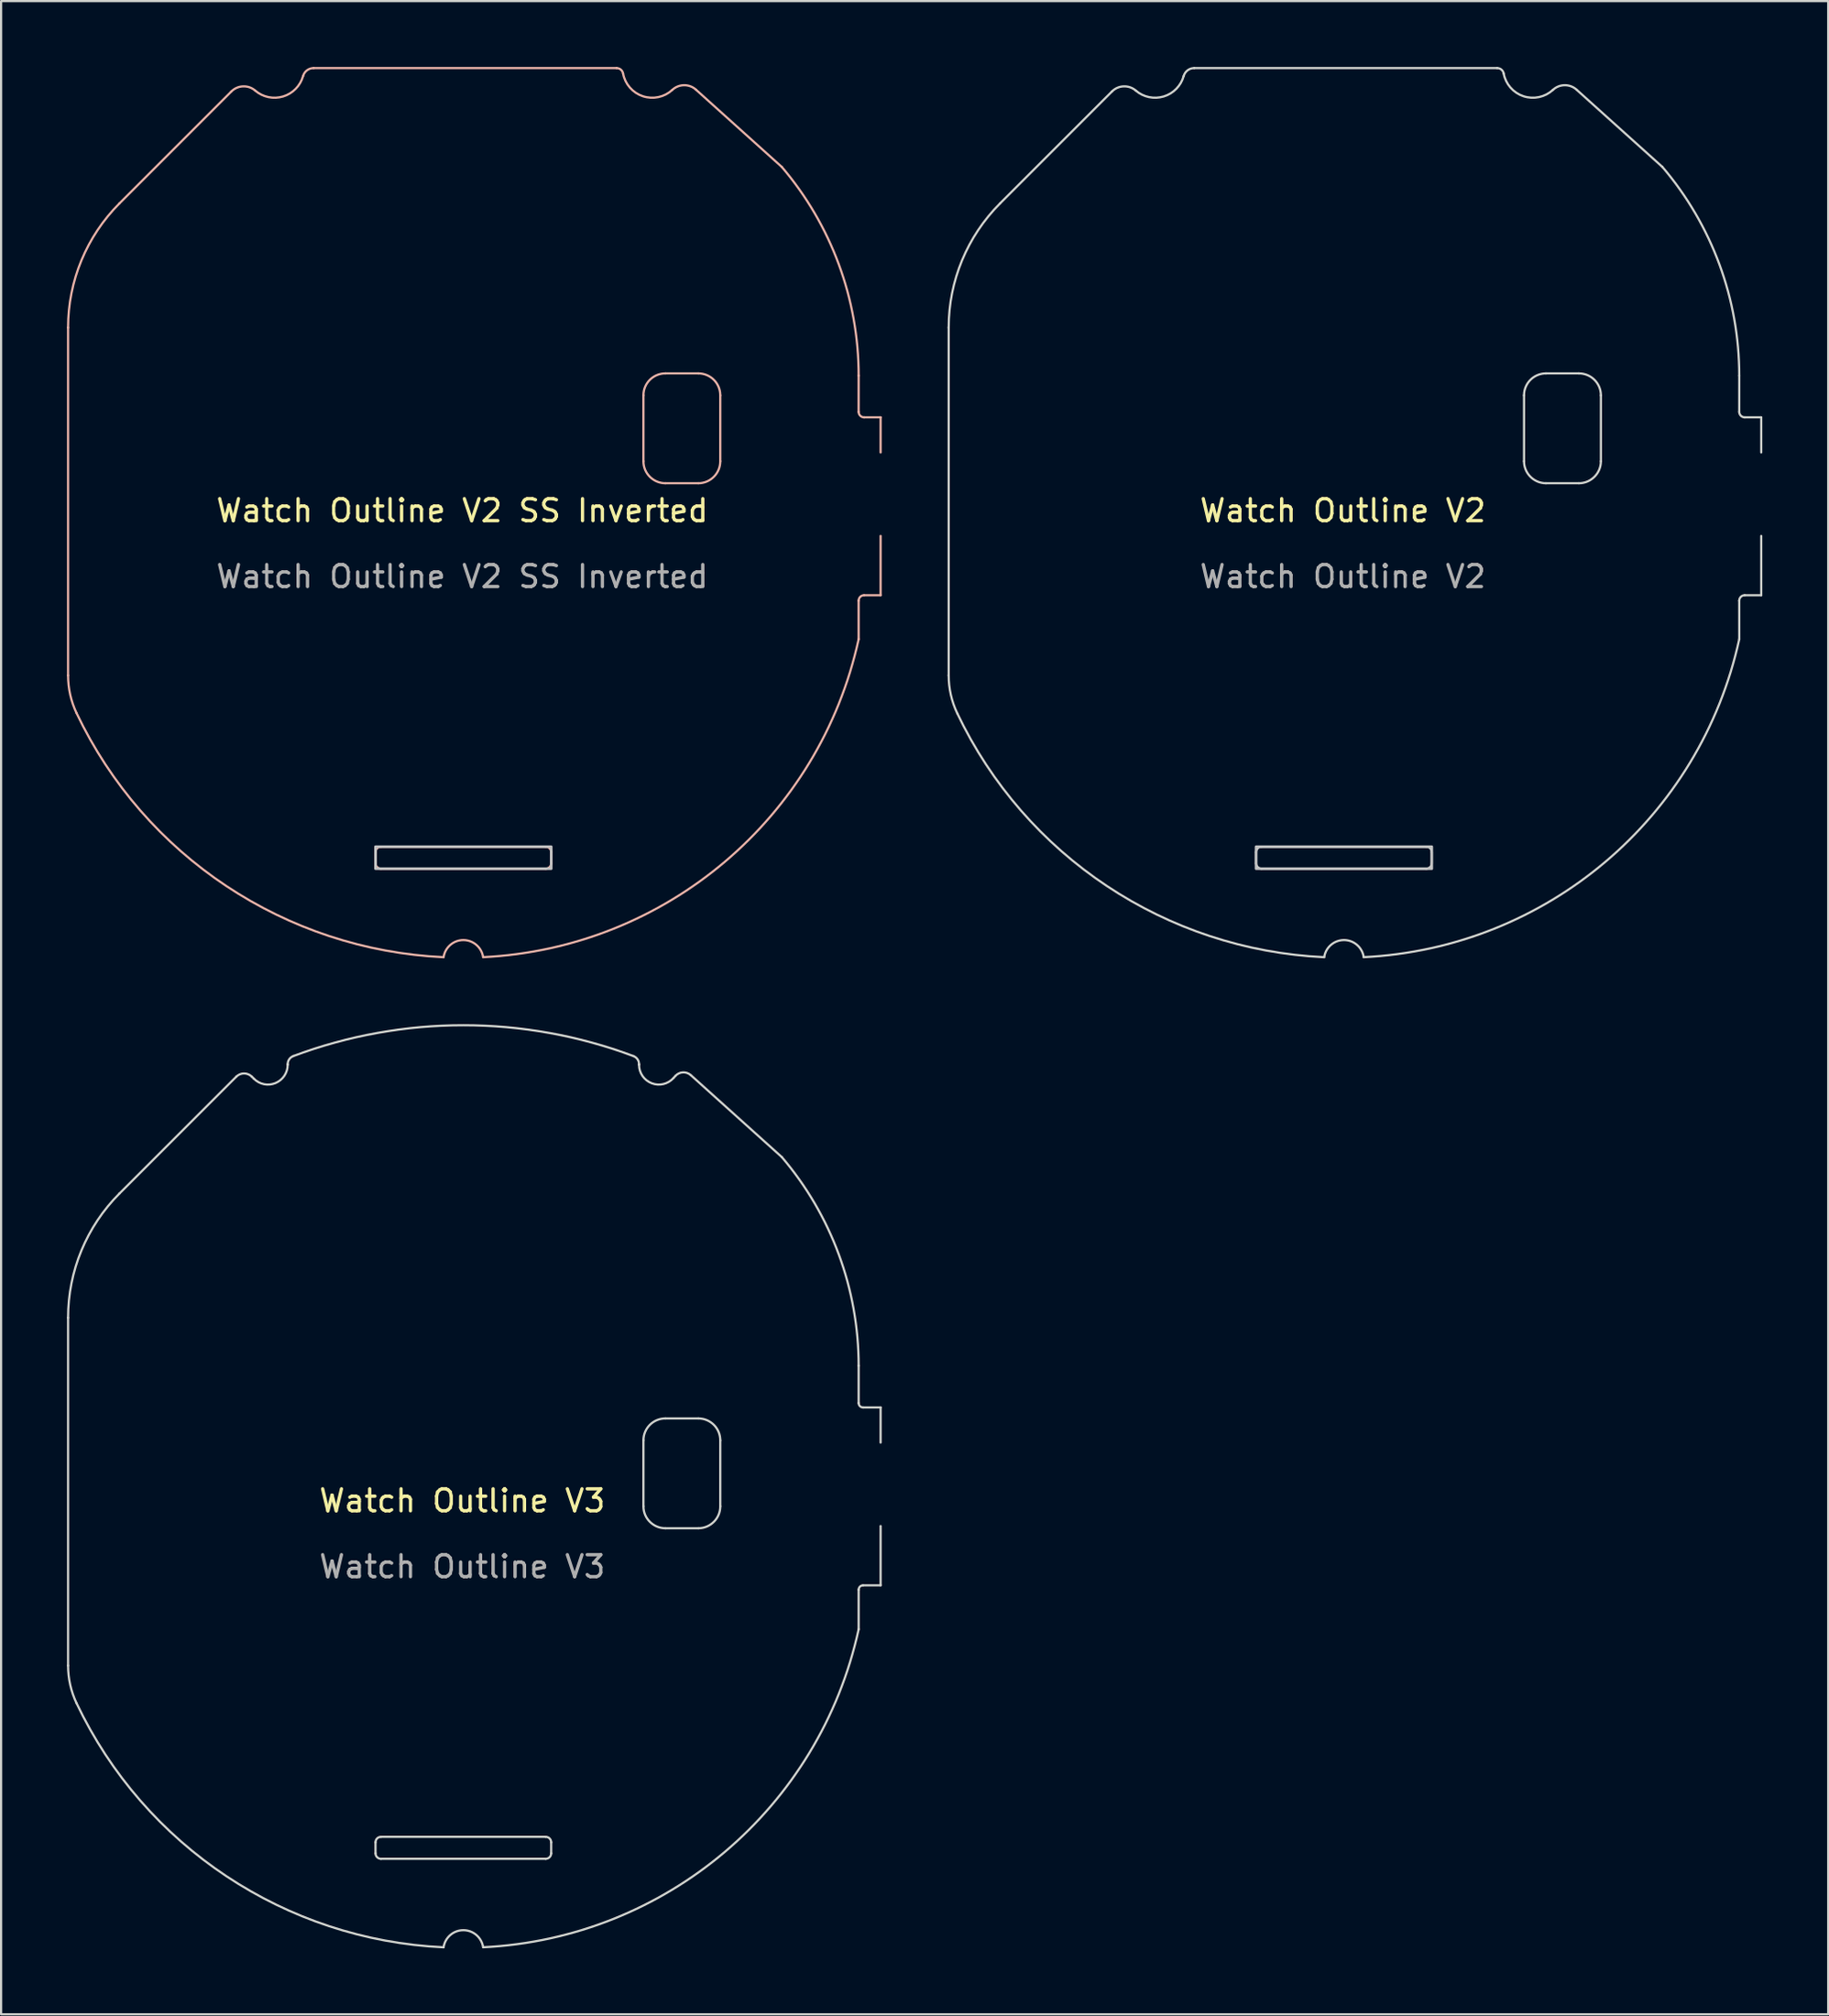
<source format=kicad_pcb>
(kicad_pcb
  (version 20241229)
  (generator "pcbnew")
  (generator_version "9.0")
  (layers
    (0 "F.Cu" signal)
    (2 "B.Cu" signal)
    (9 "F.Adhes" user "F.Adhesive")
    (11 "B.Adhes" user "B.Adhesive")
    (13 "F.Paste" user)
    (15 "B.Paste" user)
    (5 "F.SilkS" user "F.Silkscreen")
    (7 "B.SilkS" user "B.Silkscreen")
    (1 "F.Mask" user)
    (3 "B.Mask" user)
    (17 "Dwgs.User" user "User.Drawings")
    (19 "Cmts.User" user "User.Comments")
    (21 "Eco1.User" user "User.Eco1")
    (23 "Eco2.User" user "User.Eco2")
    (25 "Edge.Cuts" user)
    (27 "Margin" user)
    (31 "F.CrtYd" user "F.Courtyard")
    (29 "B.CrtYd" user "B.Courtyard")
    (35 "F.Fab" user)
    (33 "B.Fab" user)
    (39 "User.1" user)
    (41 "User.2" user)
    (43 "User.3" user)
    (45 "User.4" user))
  (footprint "Watch Outline V2 SS Inverted"
    (layer "F.Cu")
    (at 18 20.7)
    (property "Reference" "Watch Outline V2 SS Inverted" (at 0 -0.5 0) (unlocked yes) (layer "F.SilkS") (effects (font (size 1 1) (thickness 0.15))))
    (fp_line (start -17.95 -8.836) (end -17.95 7.002) (stroke (width 0.1) (type solid)) (layer "B.SilkS"))
    (fp_line (start -15.607 -14.493) (end -10.516 -19.584) (stroke (width 0.1) (type solid)) (layer "B.SilkS"))
    (fp_line (start -6.769 -20.65) (end 7.028 -20.65) (stroke (width 0.1) (type solid)) (layer "B.SilkS"))
    (fp_line (start -3.951 15.55) (end -3.951 15.05) (stroke (width 0.1) (type default)) (layer "B.SilkS"))
    (fp_line (start -3.701 14.8) (end 3.799 14.8) (stroke (width 0.1) (type default)) (layer "B.SilkS"))
    (fp_line (start 3.799 15.8) (end -3.701 15.8) (stroke (width 0.1) (type default)) (layer "B.SilkS"))
    (fp_line (start 4.049 15.05) (end 4.049 15.55) (stroke (width 0.1) (type default)) (layer "B.SilkS"))
    (fp_line (start 8.249 -2.75) (end 8.249 -5.75) (stroke (width 0.1) (type default)) (layer "B.SilkS"))
    (fp_line (start 9.249 -6.75) (end 10.749 -6.75) (stroke (width 0.1) (type default)) (layer "B.SilkS"))
    (fp_line (start 10.749 -1.75) (end 9.249 -1.75) (stroke (width 0.1) (type default)) (layer "B.SilkS"))
    (fp_line (start 11.749 -5.75) (end 11.749 -2.75) (stroke (width 0.1) (type default)) (layer "B.SilkS"))
    (fp_line (start 14.55 -16.15) (end 10.644 -19.665) (stroke (width 0.1) (type solid)) (layer "B.SilkS"))
    (fp_line (start 18.049 3.6) (end 18.05 5.35) (stroke (width 0.1) (type solid)) (layer "B.SilkS"))
    (fp_line (start 18.05 -6.65) (end 18.049 -5) (stroke (width 0.1) (type solid)) (layer "B.SilkS"))
    (fp_line (start 18.299 -4.75) (end 19.05 -4.75) (stroke (width 0.1) (type solid)) (layer "B.SilkS"))
    (fp_line (start 19.05 -4.75) (end 19.05 -3.15) (stroke (width 0.1) (type solid)) (layer "B.SilkS"))
    (fp_line (start 19.05 0.65) (end 19.05 3.35) (stroke (width 0.1) (type solid)) (layer "B.SilkS"))
    (fp_line (start 19.05 3.35) (end 18.299 3.35) (stroke (width 0.1) (type solid)) (layer "B.SilkS"))
    (fp_arc (start -17.949999 -8.836298) (mid -17.341046 -11.89777) (end -15.606853 -14.493152) (stroke (width 0.1) (type solid)) (layer "B.SilkS"))
    (fp_arc (start -17.562902 8.718723) (mid -17.852019 7.881942) (end -17.949999 7.002061) (stroke (width 0.1) (type solid)) (layer "B.SilkS"))
    (fp_arc (start -10.515871 -19.584134) (mid -9.980646 -19.817869) (end -9.429186 -19.62554) (stroke (width 0.1) (type solid)) (layer "B.SilkS"))
    (fp_arc (start -7.25024 -20.285141) (mid -8.15887 -19.357938) (end -9.429186 -19.62554) (stroke (width 0.1) (type solid)) (layer "B.SilkS"))
    (fp_arc (start -7.25024 -20.285141) (mid -7.070868 -20.548482) (end -6.768848 -20.650006) (stroke (width 0.1) (type solid)) (layer "B.SilkS"))
    (fp_arc (start -3.951035 15.05) (mid -3.877812 14.873223) (end -3.701035 14.8) (stroke (width 0.1) (type default)) (layer "B.SilkS"))
    (fp_arc (start -3.701035 15.8) (mid -3.877812 15.726777) (end -3.951035 15.55) (stroke (width 0.1) (type default)) (layer "B.SilkS"))
    (fp_arc (start -0.85 19.829213) (mid -10.745485 16.589052) (end -17.562903 8.718723) (stroke (width 0.1) (type solid)) (layer "B.SilkS"))
    (fp_arc (start -0.85 19.829213) (mid 0.04939 19.049986) (end 0.949824 19.828005) (stroke (width 0.1) (type solid)) (layer "B.SilkS"))
    (fp_arc (start 3.798965 14.8) (mid 3.975758 14.873214) (end 4.048965 15.05) (stroke (width 0.1) (type default)) (layer "B.SilkS"))
    (fp_arc (start 4.048965 15.55) (mid 3.97574 15.726768) (end 3.798965 15.8) (stroke (width 0.1) (type default)) (layer "B.SilkS"))
    (fp_arc (start 7.027503 -20.650006) (mid 7.219407 -20.580643) (end 7.322503 -20.404551) (stroke (width 0.1) (type solid)) (layer "B.SilkS"))
    (fp_arc (start 8.248967 -5.75) (mid 8.541859 -6.457115) (end 9.248967 -6.75) (stroke (width 0.1) (type default)) (layer "B.SilkS"))
    (fp_arc (start 9.248966 -1.750001) (mid 8.541875 -2.042903) (end 8.248966 -2.750001) (stroke (width 0.1) (type default)) (layer "B.SilkS"))
    (fp_arc (start 9.566045 -19.658361) (mid 10.103698 -19.870699) (end 10.644059 -19.665354) (stroke (width 0.1) (type solid)) (layer "B.SilkS"))
    (fp_arc (start 9.566046 -19.65836) (mid 8.223951 -19.369011) (end 7.322503 -20.404551) (stroke (width 0.1) (type solid)) (layer "B.SilkS"))
    (fp_arc (start 10.748965 -6.749998) (mid 11.456087 -6.457113) (end 11.748965 -5.749998) (stroke (width 0.1) (type default)) (layer "B.SilkS"))
    (fp_arc (start 11.748964 -2.749999) (mid 11.456069 -2.042902) (end 10.748964 -1.749999) (stroke (width 0.1) (type default)) (layer "B.SilkS"))
    (fp_arc (start 14.55 -16.150006) (mid 17.147169 -11.712121) (end 18.05 -6.650006) (stroke (width 0.1) (type solid)) (layer "B.SilkS"))
    (fp_arc (start 18.048965 3.6) (mid 18.122187 3.423214) (end 18.298965 3.35) (stroke (width 0.1) (type default)) (layer "B.SilkS"))
    (fp_arc (start 18.05 5.349993) (mid 11.953953 15.4875) (end 0.949824 19.828005) (stroke (width 0.1) (type solid)) (layer "B.SilkS"))
    (fp_arc (start 18.298965 -4.75) (mid 18.122204 -4.823232) (end 18.048965 -5) (stroke (width 0.1) (type default)) (layer "B.SilkS"))
    (fp_rect (start -3.95 14.8) (end 4.05 15.8) (stroke (width 0.12) (type default)) (fill no) (layer "Dwgs.User"))
    (fp_text user "${REFERENCE}" (at 0 2.5 0) (unlocked yes) (layer "F.Fab") (effects (font (size 1 1) (thickness 0.15)))))
  (footprint "Watch Outline V3"
    (layer "F.Cu")
    (at 17.999 65.779)
    (property "Reference" "Watch Outline V3" (at 0 -0.5 0) (unlocked yes) (layer "F.SilkS") (effects (font (size 1 1) (thickness 0.15))))
    (fp_line (start -17.949 -8.836) (end -17.949 7.002) (stroke (width 0.1) (type solid)) (layer "Edge.Cuts"))
    (fp_line (start -15.606 -14.493) (end -10.289 -19.81) (stroke (width 0.1) (type solid)) (layer "Edge.Cuts"))
    (fp_line (start -9.485 -19.714) (end -9.582 -19.81) (stroke (width 0.1) (type solid)) (layer "Edge.Cuts"))
    (fp_line (start -7.949 -20.35) (end -7.949 -20.374) (stroke (width 0.1) (type solid)) (layer "Edge.Cuts"))
    (fp_line (start -3.95 15.55) (end -3.95 15.05) (stroke (width 0.1) (type solid)) (layer "Edge.Cuts"))
    (fp_line (start -3.7 14.8) (end 3.8 14.8) (stroke (width 0.1) (type solid)) (layer "Edge.Cuts"))
    (fp_line (start 3.8 15.8) (end -3.7 15.8) (stroke (width 0.1) (type solid)) (layer "Edge.Cuts"))
    (fp_line (start 4.05 15.05) (end 4.05 15.55) (stroke (width 0.1) (type solid)) (layer "Edge.Cuts"))
    (fp_line (start 8.051 -20.35) (end 8.051 -20.374) (stroke (width 0.1) (type solid)) (layer "Edge.Cuts"))
    (fp_line (start 8.25 -0.25) (end 8.25 -3.25) (stroke (width 0.1) (type solid)) (layer "Edge.Cuts"))
    (fp_line (start 9.25 -4.25) (end 10.75 -4.25) (stroke (width 0.1) (type solid)) (layer "Edge.Cuts"))
    (fp_line (start 9.62 -19.748) (end 9.703 -19.84) (stroke (width 0.1) (type solid)) (layer "Edge.Cuts"))
    (fp_line (start 10.75 0.75) (end 9.25 0.75) (stroke (width 0.1) (type solid)) (layer "Edge.Cuts"))
    (fp_line (start 11.75 -3.25) (end 11.75 -0.25) (stroke (width 0.1) (type solid)) (layer "Edge.Cuts"))
    (fp_line (start 14.551 -16.15) (end 10.409 -19.878) (stroke (width 0.1) (type solid)) (layer "Edge.Cuts"))
    (fp_line (start 18.051 -6.65) (end 18.051 -4.95) (stroke (width 0.1) (type solid)) (layer "Edge.Cuts"))
    (fp_line (start 18.051 3.55) (end 18.051 5.35) (stroke (width 0.1) (type solid)) (layer "Edge.Cuts"))
    (fp_line (start 18.251 -4.75) (end 19.051 -4.75) (stroke (width 0.1) (type solid)) (layer "Edge.Cuts"))
    (fp_line (start 19.051 -4.75) (end 19.051 -3.15) (stroke (width 0.1) (type solid)) (layer "Edge.Cuts"))
    (fp_line (start 19.051 0.65) (end 19.051 3.35) (stroke (width 0.1) (type solid)) (layer "Edge.Cuts"))
    (fp_line (start 19.051 3.35) (end 18.251 3.35) (stroke (width 0.1) (type solid)) (layer "Edge.Cuts"))
    (fp_arc (start -17.948965 -8.836297) (mid -17.340003 -11.897765) (end -15.605819 -14.493151) (stroke (width 0.1) (type solid)) (layer "Edge.Cuts"))
    (fp_arc (start -17.561868 8.718724) (mid -17.850991 7.881945) (end -17.948965 7.002062) (stroke (width 0.1) (type solid)) (layer "Edge.Cuts"))
    (fp_arc (start -10.288914 -19.810056) (mid -9.935361 -19.956503) (end -9.581808 -19.810056) (stroke (width 0.1) (type solid)) (layer "Edge.Cuts"))
    (fp_arc (start -7.948965 -20.374477) (mid -7.877664 -20.602427) (end -7.689165 -20.749102) (stroke (width 0.1) (type solid)) (layer "Edge.Cuts"))
    (fp_arc (start -7.948965 -20.350006) (mid -8.504547 -19.518507) (end -9.485361 -19.71361) (stroke (width 0.1) (type solid)) (layer "Edge.Cuts"))
    (fp_arc (start -7.689165 -20.749103) (mid 0.051035 -22.150006) (end 7.791235 -20.749103) (stroke (width 0.1) (type solid)) (layer "Edge.Cuts"))
    (fp_arc (start -3.949575 15.049994) (mid -3.876352 14.873217) (end -3.699575 14.799994) (stroke (width 0.1) (type solid)) (layer "Edge.Cuts"))
    (fp_arc (start -3.699575 15.799994) (mid -3.876359 15.726778) (end -3.949575 15.549994) (stroke (width 0.1) (type solid)) (layer "Edge.Cuts"))
    (fp_arc (start -0.848965 19.829213) (mid 0.050425 19.049986) (end 0.950859 19.828005) (stroke (width 0.1) (type solid)) (layer "Edge.Cuts"))
    (fp_arc (start -0.848965 19.829214) (mid -10.744456 16.589063) (end -17.561868 8.718724) (stroke (width 0.1) (type solid)) (layer "Edge.Cuts"))
    (fp_arc (start 3.800425 14.799994) (mid 3.977195 14.873224) (end 4.050425 15.049994) (stroke (width 0.1) (type solid)) (layer "Edge.Cuts"))
    (fp_arc (start 4.050425 15.549994) (mid 3.977202 15.726771) (end 3.800425 15.799994) (stroke (width 0.1) (type solid)) (layer "Edge.Cuts"))
    (fp_arc (start 7.791235 -20.749102) (mid 7.979726 -20.602422) (end 8.051035 -20.374477) (stroke (width 0.1) (type solid)) (layer "Edge.Cuts"))
    (fp_arc (start 8.250425 -3.250006) (mid 8.543319 -3.957112) (end 9.250425 -4.250006) (stroke (width 0.1) (type solid)) (layer "Edge.Cuts"))
    (fp_arc (start 9.250425 0.749994) (mid 8.543311 0.457108) (end 8.250425 -0.250006) (stroke (width 0.1) (type solid)) (layer "Edge.Cuts"))
    (fp_arc (start 9.62 -19.747938) (mid 8.62859 -19.509727) (end 8.051035 -20.350006) (stroke (width 0.1) (type solid)) (layer "Edge.Cuts"))
    (fp_arc (start 9.703197 -19.840379) (mid 10.048565 -20.005201) (end 10.409326 -19.877544) (stroke (width 0.1) (type solid)) (layer "Edge.Cuts"))
    (fp_arc (start 10.750425 -4.250006) (mid 11.457524 -3.957105) (end 11.750425 -3.250006) (stroke (width 0.1) (type solid)) (layer "Edge.Cuts"))
    (fp_arc (start 11.750425 -0.250006) (mid 11.457531 0.4571) (end 10.750425 0.749994) (stroke (width 0.1) (type solid)) (layer "Edge.Cuts"))
    (fp_arc (start 14.551035 -16.150006) (mid 17.148203 -11.712121) (end 18.051035 -6.650006) (stroke (width 0.1) (type solid)) (layer "Edge.Cuts"))
    (fp_arc (start 18.051035 3.549994) (mid 18.109612 3.408571) (end 18.251035 3.349994) (stroke (width 0.1) (type solid)) (layer "Edge.Cuts"))
    (fp_arc (start 18.051035 5.349994) (mid 11.954985 15.487497) (end 0.950859 19.828005) (stroke (width 0.1) (type solid)) (layer "Edge.Cuts"))
    (fp_arc (start 18.251035 -4.75) (mid 18.109593 -4.808567) (end 18.051035 -4.95) (stroke (width 0.1) (type solid)) (layer "Edge.Cuts"))
    (fp_text user "${REFERENCE}" (at 0 2.5 0) (unlocked yes) (layer "F.Fab") (effects (font (size 1 1) (thickness 0.15)))))
  (footprint "Watch Outline V2"
    (layer "F.Cu")
    (at 58.099 20.7)
    (property "Reference" "Watch Outline V2" (at 0 -0.5 0) (unlocked yes) (layer "F.SilkS") (effects (font (size 1 1) (thickness 0.15))))
    (fp_rect (start -3.95 14.8) (end 4.05 15.8) (stroke (width 0.12) (type default)) (fill no) (layer "Dwgs.User"))
    (fp_line (start -17.949 -8.836) (end -17.949 7.002) (stroke (width 0.1) (type solid)) (layer "Edge.Cuts"))
    (fp_line (start -15.606 -14.493) (end -10.515 -19.584) (stroke (width 0.1) (type solid)) (layer "Edge.Cuts"))
    (fp_line (start -6.768 -20.65) (end 7.029 -20.65) (stroke (width 0.1) (type solid)) (layer "Edge.Cuts"))
    (fp_line (start -3.95 15.55) (end -3.95 15.05) (stroke (width 0.1) (type default)) (layer "Edge.Cuts"))
    (fp_line (start -3.7 14.8) (end 3.8 14.8) (stroke (width 0.1) (type default)) (layer "Edge.Cuts"))
    (fp_line (start 3.8 15.8) (end -3.7 15.8) (stroke (width 0.1) (type default)) (layer "Edge.Cuts"))
    (fp_line (start 4.05 15.05) (end 4.05 15.55) (stroke (width 0.1) (type default)) (layer "Edge.Cuts"))
    (fp_line (start 8.25 -2.75) (end 8.25 -5.75) (stroke (width 0.1) (type default)) (layer "Edge.Cuts"))
    (fp_line (start 9.25 -6.75) (end 10.75 -6.75) (stroke (width 0.1) (type default)) (layer "Edge.Cuts"))
    (fp_line (start 10.75 -1.75) (end 9.25 -1.75) (stroke (width 0.1) (type default)) (layer "Edge.Cuts"))
    (fp_line (start 11.75 -5.75) (end 11.75 -2.75) (stroke (width 0.1) (type default)) (layer "Edge.Cuts"))
    (fp_line (start 14.551 -16.15) (end 10.645 -19.665) (stroke (width 0.1) (type solid)) (layer "Edge.Cuts"))
    (fp_line (start 18.05 3.6) (end 18.051 5.35) (stroke (width 0.1) (type solid)) (layer "Edge.Cuts"))
    (fp_line (start 18.051 -6.65) (end 18.05 -5) (stroke (width 0.1) (type solid)) (layer "Edge.Cuts"))
    (fp_line (start 18.3 -4.75) (end 19.051 -4.75) (stroke (width 0.1) (type solid)) (layer "Edge.Cuts"))
    (fp_line (start 19.051 -4.75) (end 19.051 -3.15) (stroke (width 0.1) (type solid)) (layer "Edge.Cuts"))
    (fp_line (start 19.051 0.65) (end 19.051 3.35) (stroke (width 0.1) (type solid)) (layer "Edge.Cuts"))
    (fp_line (start 19.051 3.35) (end 18.3 3.35) (stroke (width 0.1) (type solid)) (layer "Edge.Cuts"))
    (fp_arc (start -17.948964 -8.836298) (mid -17.340011 -11.89777) (end -15.605818 -14.493152) (stroke (width 0.1) (type solid)) (layer "Edge.Cuts"))
    (fp_arc (start -17.561867 8.718723) (mid -17.850984 7.881942) (end -17.948964 7.002061) (stroke (width 0.1) (type solid)) (layer "Edge.Cuts"))
    (fp_arc (start -10.514836 -19.584134) (mid -9.979611 -19.817869) (end -9.428151 -19.62554) (stroke (width 0.1) (type solid)) (layer "Edge.Cuts"))
    (fp_arc (start -7.249205 -20.285141) (mid -8.157834 -19.357938) (end -9.428151 -19.62554) (stroke (width 0.1) (type solid)) (layer "Edge.Cuts"))
    (fp_arc (start -7.249205 -20.285141) (mid -7.069833 -20.548482) (end -6.767813 -20.650006) (stroke (width 0.1) (type solid)) (layer "Edge.Cuts"))
    (fp_arc (start -3.95 15.05) (mid -3.876777 14.873223) (end -3.7 14.8) (stroke (width 0.1) (type default)) (layer "Edge.Cuts"))
    (fp_arc (start -3.7 15.8) (mid -3.876777 15.726777) (end -3.95 15.55) (stroke (width 0.1) (type default)) (layer "Edge.Cuts"))
    (fp_arc (start -0.848965 19.829213) (mid -10.74445 16.589053) (end -17.561868 8.718723) (stroke (width 0.1) (type solid)) (layer "Edge.Cuts"))
    (fp_arc (start -0.848965 19.829213) (mid 0.050425 19.049986) (end 0.950859 19.828005) (stroke (width 0.1) (type solid)) (layer "Edge.Cuts"))
    (fp_arc (start 3.8 14.8) (mid 3.976777 14.873223) (end 4.05 15.05) (stroke (width 0.1) (type default)) (layer "Edge.Cuts"))
    (fp_arc (start 4.05 15.55) (mid 3.976777 15.726777) (end 3.8 15.8) (stroke (width 0.1) (type default)) (layer "Edge.Cuts"))
    (fp_arc (start 7.028538 -20.650006) (mid 7.220422 -20.580622) (end 7.323538 -20.404551) (stroke (width 0.1) (type solid)) (layer "Edge.Cuts"))
    (fp_arc (start 8.250002 -5.75) (mid 8.542895 -6.457106) (end 9.250002 -6.75) (stroke (width 0.1) (type default)) (layer "Edge.Cuts"))
    (fp_arc (start 9.250001 -1.750001) (mid 8.542894 -2.042894) (end 8.250001 -2.750001) (stroke (width 0.1) (type default)) (layer "Edge.Cuts"))
    (fp_arc (start 9.56708 -19.658361) (mid 10.104732 -19.870729) (end 10.645094 -19.665354) (stroke (width 0.1) (type solid)) (layer "Edge.Cuts"))
    (fp_arc (start 9.567081 -19.65836) (mid 8.224984 -19.369012) (end 7.323538 -20.404551) (stroke (width 0.1) (type solid)) (layer "Edge.Cuts"))
    (fp_arc (start 10.75 -6.749998) (mid 11.457106 -6.457105) (end 11.75 -5.749998) (stroke (width 0.1) (type default)) (layer "Edge.Cuts"))
    (fp_arc (start 11.749999 -2.749999) (mid 11.457105 -2.042893) (end 10.749999 -1.749999) (stroke (width 0.1) (type default)) (layer "Edge.Cuts"))
    (fp_arc (start 14.551035 -16.150006) (mid 17.148203 -11.71212) (end 18.051035 -6.650006) (stroke (width 0.1) (type solid)) (layer "Edge.Cuts"))
    (fp_arc (start 18.05 3.6) (mid 18.123223 3.423223) (end 18.3 3.35) (stroke (width 0.1) (type default)) (layer "Edge.Cuts"))
    (fp_arc (start 18.051035 5.349993) (mid 11.954988 15.4875) (end 0.950859 19.828005) (stroke (width 0.1) (type solid)) (layer "Edge.Cuts"))
    (fp_arc (start 18.3 -4.75) (mid 18.123223 -4.823223) (end 18.05 -5) (stroke (width 0.1) (type default)) (layer "Edge.Cuts"))
    (fp_text user "${REFERENCE}" (at 0 2.5 0) (unlocked yes) (layer "F.Fab") (effects (font (size 1 1) (thickness 0.15)))))
  (gr_rect
    (start -3 -3)
    (end 80.2 88.658)
    (stroke (width 0.1) (type default))
    (fill no)
    (layer "Edge.Cuts")))
</source>
